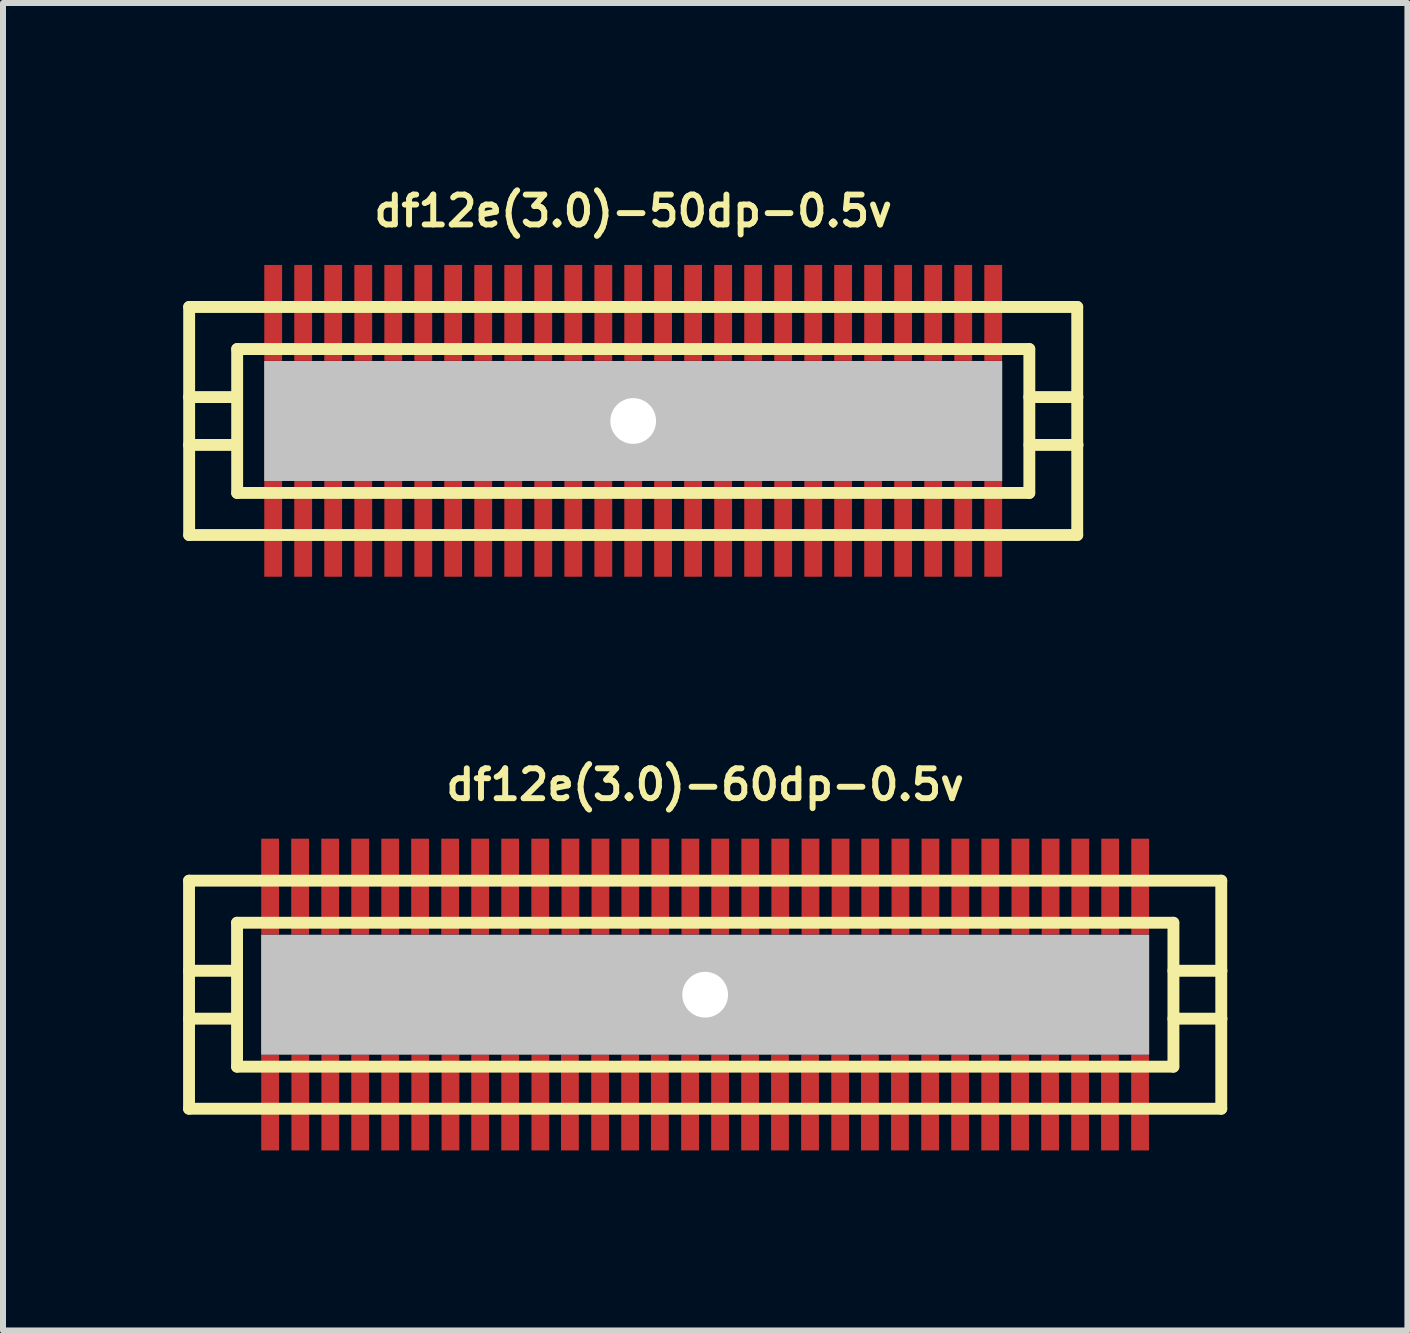
<source format=kicad_pcb>
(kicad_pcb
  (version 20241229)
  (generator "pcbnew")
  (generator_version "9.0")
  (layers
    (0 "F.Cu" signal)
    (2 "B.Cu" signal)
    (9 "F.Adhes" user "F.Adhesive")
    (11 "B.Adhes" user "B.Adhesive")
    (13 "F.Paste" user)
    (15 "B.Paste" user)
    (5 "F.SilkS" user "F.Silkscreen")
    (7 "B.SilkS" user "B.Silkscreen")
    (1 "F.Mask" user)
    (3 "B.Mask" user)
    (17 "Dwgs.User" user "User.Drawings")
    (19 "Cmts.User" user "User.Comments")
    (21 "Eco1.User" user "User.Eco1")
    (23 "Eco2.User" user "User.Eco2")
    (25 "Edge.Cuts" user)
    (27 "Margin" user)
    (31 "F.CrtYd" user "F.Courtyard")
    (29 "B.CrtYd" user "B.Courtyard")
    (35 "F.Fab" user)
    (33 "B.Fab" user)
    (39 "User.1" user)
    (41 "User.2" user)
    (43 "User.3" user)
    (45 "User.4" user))
  (footprint "df12e(3.0)-50dp-0.5v"
    (layer "F.Cu")
    (at 7.501 3.965)
    (property "Reference" "df12e(3.0)-50dp-0.5v" (at 0 -3.5 0) (layer "F.SilkS") (effects (font (size 0.498 0.498) (thickness 0.099))))
    (attr through_hole)
    (fp_line (start -7.399 -1.9) (end -7.399 1.9) (stroke (width 0.198) (type solid)) (layer "F.SilkS"))
    (fp_line (start -7.399 1.9) (end 7.399 1.9) (stroke (width 0.198) (type solid)) (layer "F.SilkS"))
    (fp_line (start -6.601 -0.399) (end -7.402 -0.399) (stroke (width 0.198) (type solid)) (layer "F.SilkS"))
    (fp_line (start -6.601 0.399) (end -7.402 0.399) (stroke (width 0.198) (type solid)) (layer "F.SilkS"))
    (fp_line (start -6.599 -1.199) (end 6.599 -1.199) (stroke (width 0.198) (type solid)) (layer "F.SilkS"))
    (fp_line (start -6.599 1.199) (end -6.599 -1.199) (stroke (width 0.198) (type solid)) (layer "F.SilkS"))
    (fp_line (start 6.599 1.199) (end -6.599 1.199) (stroke (width 0.198) (type solid)) (layer "F.SilkS"))
    (fp_line (start 6.601 -1.199) (end 6.601 1.199) (stroke (width 0.198) (type solid)) (layer "F.SilkS"))
    (fp_line (start 6.601 -0.399) (end 7.402 -0.399) (stroke (width 0.198) (type solid)) (layer "F.SilkS"))
    (fp_line (start 7.399 -1.9) (end -7.399 -1.9) (stroke (width 0.198) (type solid)) (layer "F.SilkS"))
    (fp_line (start 7.399 1.9) (end 7.399 -1.9) (stroke (width 0.198) (type solid)) (layer "F.SilkS"))
    (fp_line (start 7.404 0.399) (end 6.604 0.399) (stroke (width 0.198) (type solid)) (layer "F.SilkS"))
    (pad "" np_thru_hole rect (at 0 0) (size 12.299 1.999) (drill 0.762) (layers "Dwgs.User"))
    (pad "1" smd rect (at 5.999 1.796) (size 0.297 1.598) (layers "F.Cu" "F.Mask" "F.Paste"))
    (pad "2" smd rect (at 5.499 1.796) (size 0.297 1.598) (layers "F.Cu" "F.Mask" "F.Paste"))
    (pad "3" smd rect (at 4.999 1.796) (size 0.297 1.598) (layers "F.Cu" "F.Mask" "F.Paste"))
    (pad "4" smd rect (at 4.498 1.796) (size 0.297 1.598) (layers "F.Cu" "F.Mask" "F.Paste"))
    (pad "5" smd rect (at 3.998 1.796) (size 0.297 1.598) (layers "F.Cu" "F.Mask" "F.Paste"))
    (pad "6" smd rect (at 3.498 1.796) (size 0.297 1.598) (layers "F.Cu" "F.Mask" "F.Paste"))
    (pad "7" smd rect (at 3 1.796) (size 0.297 1.598) (layers "F.Cu" "F.Mask" "F.Paste"))
    (pad "8" smd rect (at 2.499 1.796) (size 0.297 1.598) (layers "F.Cu" "F.Mask" "F.Paste"))
    (pad "9" smd rect (at 1.999 1.796) (size 0.297 1.598) (layers "F.Cu" "F.Mask" "F.Paste"))
    (pad "10" smd rect (at 1.499 1.796) (size 0.297 1.598) (layers "F.Cu" "F.Mask" "F.Paste"))
    (pad "11" smd rect (at 0.998 1.796) (size 0.297 1.598) (layers "F.Cu" "F.Mask" "F.Paste"))
    (pad "12" smd rect (at 0.498 1.796) (size 0.297 1.598) (layers "F.Cu" "F.Mask" "F.Paste"))
    (pad "13" smd rect (at 0 1.796) (size 0.297 1.598) (layers "F.Cu" "F.Mask" "F.Paste"))
    (pad "14" smd rect (at -0.498 1.796) (size 0.297 1.598) (layers "F.Cu" "F.Mask" "F.Paste"))
    (pad "15" smd rect (at -0.998 1.796) (size 0.297 1.598) (layers "F.Cu" "F.Mask" "F.Paste"))
    (pad "16" smd rect (at -1.499 1.796) (size 0.297 1.598) (layers "F.Cu" "F.Mask" "F.Paste"))
    (pad "17" smd rect (at -1.999 1.796) (size 0.297 1.598) (layers "F.Cu" "F.Mask" "F.Paste"))
    (pad "18" smd rect (at -2.499 1.796) (size 0.297 1.598) (layers "F.Cu" "F.Mask" "F.Paste"))
    (pad "19" smd rect (at -3 1.796) (size 0.297 1.598) (layers "F.Cu" "F.Mask" "F.Paste"))
    (pad "20" smd rect (at -3.498 1.796) (size 0.297 1.598) (layers "F.Cu" "F.Mask" "F.Paste"))
    (pad "21" smd rect (at -3.998 1.796) (size 0.297 1.598) (layers "F.Cu" "F.Mask" "F.Paste"))
    (pad "22" smd rect (at -4.498 1.796) (size 0.297 1.598) (layers "F.Cu" "F.Mask" "F.Paste"))
    (pad "23" smd rect (at -4.999 1.796) (size 0.297 1.598) (layers "F.Cu" "F.Mask" "F.Paste"))
    (pad "24" smd rect (at -5.499 1.796) (size 0.297 1.598) (layers "F.Cu" "F.Mask" "F.Paste"))
    (pad "25" smd rect (at -5.999 1.796) (size 0.297 1.598) (layers "F.Cu" "F.Mask" "F.Paste"))
    (pad "26" smd rect (at -5.999 -1.801) (size 0.297 1.598) (layers "F.Cu" "F.Mask" "F.Paste"))
    (pad "27" smd rect (at -5.499 -1.801) (size 0.297 1.598) (layers "F.Cu" "F.Mask" "F.Paste"))
    (pad "28" smd rect (at -4.999 -1.801) (size 0.297 1.598) (layers "F.Cu" "F.Mask" "F.Paste"))
    (pad "29" smd rect (at -4.498 -1.801) (size 0.297 1.598) (layers "F.Cu" "F.Mask" "F.Paste"))
    (pad "30" smd rect (at -3.998 -1.801) (size 0.297 1.598) (layers "F.Cu" "F.Mask" "F.Paste"))
    (pad "31" smd rect (at -3.498 -1.801) (size 0.297 1.598) (layers "F.Cu" "F.Mask" "F.Paste"))
    (pad "32" smd rect (at -3 -1.801) (size 0.297 1.598) (layers "F.Cu" "F.Mask" "F.Paste"))
    (pad "33" smd rect (at -2.499 -1.801) (size 0.297 1.598) (layers "F.Cu" "F.Mask" "F.Paste"))
    (pad "34" smd rect (at -1.999 -1.801) (size 0.297 1.598) (layers "F.Cu" "F.Mask" "F.Paste"))
    (pad "35" smd rect (at -1.499 -1.801) (size 0.297 1.598) (layers "F.Cu" "F.Mask" "F.Paste"))
    (pad "36" smd rect (at -0.998 -1.801) (size 0.297 1.598) (layers "F.Cu" "F.Mask" "F.Paste"))
    (pad "37" smd rect (at -0.498 -1.801) (size 0.297 1.598) (layers "F.Cu" "F.Mask" "F.Paste"))
    (pad "38" smd rect (at 0 -1.801) (size 0.297 1.598) (layers "F.Cu" "F.Mask" "F.Paste"))
    (pad "39" smd rect (at 0.498 -1.801) (size 0.297 1.598) (layers "F.Cu" "F.Mask" "F.Paste"))
    (pad "40" smd rect (at 0.998 -1.801) (size 0.297 1.598) (layers "F.Cu" "F.Mask" "F.Paste"))
    (pad "41" smd rect (at 1.499 -1.801) (size 0.297 1.598) (layers "F.Cu" "F.Mask" "F.Paste"))
    (pad "42" smd rect (at 1.999 -1.801) (size 0.297 1.598) (layers "F.Cu" "F.Mask" "F.Paste"))
    (pad "43" smd rect (at 2.499 -1.801) (size 0.297 1.598) (layers "F.Cu" "F.Mask" "F.Paste"))
    (pad "44" smd rect (at 3 -1.801) (size 0.297 1.598) (layers "F.Cu" "F.Mask" "F.Paste"))
    (pad "45" smd rect (at 3.498 -1.801) (size 0.297 1.598) (layers "F.Cu" "F.Mask" "F.Paste"))
    (pad "46" smd rect (at 3.998 -1.801) (size 0.297 1.598) (layers "F.Cu" "F.Mask" "F.Paste"))
    (pad "47" smd rect (at 4.498 -1.801) (size 0.297 1.598) (layers "F.Cu" "F.Mask" "F.Paste"))
    (pad "48" smd rect (at 4.999 -1.801) (size 0.297 1.598) (layers "F.Cu" "F.Mask" "F.Paste"))
    (pad "49" smd rect (at 5.499 -1.801) (size 0.297 1.598) (layers "F.Cu" "F.Mask" "F.Paste"))
    (pad "50" smd rect (at 5.999 -1.801) (size 0.297 1.598) (layers "F.Cu" "F.Mask" "F.Paste")))
  (footprint "df12e(3.0)-60dp-0.5v"
    (layer "F.Cu")
    (at 8.7 13.525)
    (property "Reference" "df12e(3.0)-60dp-0.5v" (at 0 -3.5 0) (layer "F.SilkS") (effects (font (size 0.498 0.498) (thickness 0.099))))
    (attr through_hole)
    (fp_line (start -8.6 -1.9) (end -8.6 1.9) (stroke (width 0.198) (type solid)) (layer "F.SilkS"))
    (fp_line (start -8.6 1.9) (end 8.6 1.9) (stroke (width 0.198) (type solid)) (layer "F.SilkS"))
    (fp_line (start -7.8 -1.199) (end 7.8 -1.199) (stroke (width 0.198) (type solid)) (layer "F.SilkS"))
    (fp_line (start -7.8 -0.399) (end -8.6 -0.399) (stroke (width 0.198) (type solid)) (layer "F.SilkS"))
    (fp_line (start -7.8 0.399) (end -8.6 0.399) (stroke (width 0.198) (type solid)) (layer "F.SilkS"))
    (fp_line (start -7.8 1.199) (end -7.8 -1.199) (stroke (width 0.198) (type solid)) (layer "F.SilkS"))
    (fp_line (start 7.8 1.199) (end -7.8 1.199) (stroke (width 0.198) (type solid)) (layer "F.SilkS"))
    (fp_line (start 7.803 -1.199) (end 7.803 1.199) (stroke (width 0.198) (type solid)) (layer "F.SilkS"))
    (fp_line (start 7.803 -0.399) (end 8.603 -0.399) (stroke (width 0.198) (type solid)) (layer "F.SilkS"))
    (fp_line (start 8.6 -1.9) (end -8.6 -1.9) (stroke (width 0.198) (type solid)) (layer "F.SilkS"))
    (fp_line (start 8.6 1.9) (end 8.6 -1.9) (stroke (width 0.198) (type solid)) (layer "F.SilkS"))
    (fp_line (start 8.603 0.399) (end 7.803 0.399) (stroke (width 0.198) (type solid)) (layer "F.SilkS"))
    (pad "" np_thru_hole rect (at 0 0) (size 14.798 1.999) (drill 0.762) (layers "Dwgs.User"))
    (pad "1" smd rect (at 7.247 1.796) (size 0.297 1.598) (layers "F.Cu" "F.Mask" "F.Paste"))
    (pad "2" smd rect (at 6.746 1.796) (size 0.297 1.598) (layers "F.Cu" "F.Mask" "F.Paste"))
    (pad "3" smd rect (at 6.248 1.796) (size 0.297 1.598) (layers "F.Cu" "F.Mask" "F.Paste"))
    (pad "4" smd rect (at 5.748 1.796) (size 0.297 1.598) (layers "F.Cu" "F.Mask" "F.Paste"))
    (pad "5" smd rect (at 5.248 1.796) (size 0.297 1.598) (layers "F.Cu" "F.Mask" "F.Paste"))
    (pad "6" smd rect (at 4.75 1.796) (size 0.297 1.598) (layers "F.Cu" "F.Mask" "F.Paste"))
    (pad "7" smd rect (at 4.249 1.796) (size 0.297 1.598) (layers "F.Cu" "F.Mask" "F.Paste"))
    (pad "8" smd rect (at 3.749 1.796) (size 0.297 1.598) (layers "F.Cu" "F.Mask" "F.Paste"))
    (pad "9" smd rect (at 3.246 1.796) (size 0.297 1.598) (layers "F.Cu" "F.Mask" "F.Paste"))
    (pad "10" smd rect (at 2.746 1.796) (size 0.297 1.598) (layers "F.Cu" "F.Mask" "F.Paste"))
    (pad "11" smd rect (at 2.25 1.796) (size 0.297 1.598) (layers "F.Cu" "F.Mask" "F.Paste"))
    (pad "12" smd rect (at 1.748 1.796) (size 0.297 1.598) (layers "F.Cu" "F.Mask" "F.Paste"))
    (pad "13" smd rect (at 1.247 1.796) (size 0.297 1.598) (layers "F.Cu" "F.Mask" "F.Paste"))
    (pad "14" smd rect (at 0.749 1.796) (size 0.297 1.598) (layers "F.Cu" "F.Mask" "F.Paste"))
    (pad "15" smd rect (at 0.249 1.796) (size 0.297 1.598) (layers "F.Cu" "F.Mask" "F.Paste"))
    (pad "16" smd rect (at -0.251 1.796) (size 0.297 1.598) (layers "F.Cu" "F.Mask" "F.Paste"))
    (pad "17" smd rect (at -0.754 1.796) (size 0.297 1.598) (layers "F.Cu" "F.Mask" "F.Paste"))
    (pad "18" smd rect (at -1.25 1.796) (size 0.297 1.598) (layers "F.Cu" "F.Mask" "F.Paste"))
    (pad "19" smd rect (at -1.75 1.796) (size 0.297 1.598) (layers "F.Cu" "F.Mask" "F.Paste"))
    (pad "20" smd rect (at -2.253 1.796) (size 0.297 1.598) (layers "F.Cu" "F.Mask" "F.Paste"))
    (pad "21" smd rect (at -2.746 1.796) (size 0.297 1.598) (layers "F.Cu" "F.Mask" "F.Paste"))
    (pad "22" smd rect (at -3.249 1.796) (size 0.297 1.598) (layers "F.Cu" "F.Mask" "F.Paste"))
    (pad "23" smd rect (at -3.749 1.796) (size 0.297 1.598) (layers "F.Cu" "F.Mask" "F.Paste"))
    (pad "24" smd rect (at -4.244 1.796) (size 0.297 1.598) (layers "F.Cu" "F.Mask" "F.Paste"))
    (pad "25" smd rect (at -4.747 1.796) (size 0.297 1.598) (layers "F.Cu" "F.Mask" "F.Paste"))
    (pad "26" smd rect (at -5.248 1.796) (size 0.297 1.598) (layers "F.Cu" "F.Mask" "F.Paste"))
    (pad "27" smd rect (at -5.748 1.796) (size 0.297 1.598) (layers "F.Cu" "F.Mask" "F.Paste"))
    (pad "28" smd rect (at -6.246 1.796) (size 0.297 1.598) (layers "F.Cu" "F.Mask" "F.Paste"))
    (pad "29" smd rect (at -6.746 1.796) (size 0.297 1.598) (layers "F.Cu" "F.Mask" "F.Paste"))
    (pad "30" smd rect (at -7.249 1.796) (size 0.297 1.598) (layers "F.Cu" "F.Mask" "F.Paste"))
    (pad "31" smd rect (at -7.249 -1.801) (size 0.297 1.598) (layers "F.Cu" "F.Mask" "F.Paste"))
    (pad "32" smd rect (at -6.749 -1.801) (size 0.297 1.598) (layers "F.Cu" "F.Mask" "F.Paste"))
    (pad "33" smd rect (at -6.248 -1.801) (size 0.297 1.598) (layers "F.Cu" "F.Mask" "F.Paste"))
    (pad "34" smd rect (at -5.748 -1.801) (size 0.297 1.598) (layers "F.Cu" "F.Mask" "F.Paste"))
    (pad "35" smd rect (at -5.248 -1.801) (size 0.297 1.598) (layers "F.Cu" "F.Mask" "F.Paste"))
    (pad "36" smd rect (at -4.75 -1.801) (size 0.297 1.598) (layers "F.Cu" "F.Mask" "F.Paste"))
    (pad "37" smd rect (at -4.249 -1.801) (size 0.297 1.598) (layers "F.Cu" "F.Mask" "F.Paste"))
    (pad "38" smd rect (at -3.749 -1.801) (size 0.297 1.598) (layers "F.Cu" "F.Mask" "F.Paste"))
    (pad "39" smd rect (at -3.249 -1.801) (size 0.297 1.598) (layers "F.Cu" "F.Mask" "F.Paste"))
    (pad "40" smd rect (at -2.748 -1.801) (size 0.297 1.598) (layers "F.Cu" "F.Mask" "F.Paste"))
    (pad "41" smd rect (at -2.245 -1.801) (size 0.297 1.598) (layers "F.Cu" "F.Mask" "F.Paste"))
    (pad "42" smd rect (at -1.745 -1.801) (size 0.297 1.598) (layers "F.Cu" "F.Mask" "F.Paste"))
    (pad "43" smd rect (at -1.247 -1.801) (size 0.297 1.598) (layers "F.Cu" "F.Mask" "F.Paste"))
    (pad "44" smd rect (at -0.747 -1.801) (size 0.297 1.598) (layers "F.Cu" "F.Mask" "F.Paste"))
    (pad "45" smd rect (at -0.246 -1.801) (size 0.297 1.598) (layers "F.Cu" "F.Mask" "F.Paste"))
    (pad "46" smd rect (at 0.251 -1.801) (size 0.297 1.598) (layers "F.Cu" "F.Mask" "F.Paste"))
    (pad "47" smd rect (at 0.752 -1.801) (size 0.297 1.598) (layers "F.Cu" "F.Mask" "F.Paste"))
    (pad "48" smd rect (at 1.252 -1.801) (size 0.297 1.598) (layers "F.Cu" "F.Mask" "F.Paste"))
    (pad "49" smd rect (at 1.755 -1.801) (size 0.297 1.598) (layers "F.Cu" "F.Mask" "F.Paste"))
    (pad "50" smd rect (at 2.256 -1.801) (size 0.297 1.598) (layers "F.Cu" "F.Mask" "F.Paste"))
    (pad "51" smd rect (at 2.751 -1.801) (size 0.297 1.598) (layers "F.Cu" "F.Mask" "F.Paste"))
    (pad "52" smd rect (at 3.254 -1.801) (size 0.297 1.598) (layers "F.Cu" "F.Mask" "F.Paste"))
    (pad "53" smd rect (at 3.754 -1.801) (size 0.297 1.598) (layers "F.Cu" "F.Mask" "F.Paste"))
    (pad "54" smd rect (at 4.252 -1.801) (size 0.297 1.598) (layers "F.Cu" "F.Mask" "F.Paste"))
    (pad "55" smd rect (at 4.752 -1.801) (size 0.297 1.598) (layers "F.Cu" "F.Mask" "F.Paste"))
    (pad "56" smd rect (at 5.253 -1.801) (size 0.297 1.598) (layers "F.Cu" "F.Mask" "F.Paste"))
    (pad "57" smd rect (at 5.756 -1.801) (size 0.297 1.598) (layers "F.Cu" "F.Mask" "F.Paste"))
    (pad "58" smd rect (at 6.251 -1.801) (size 0.297 1.598) (layers "F.Cu" "F.Mask" "F.Paste"))
    (pad "59" smd rect (at 6.749 -1.801) (size 0.297 1.598) (layers "F.Cu" "F.Mask" "F.Paste"))
    (pad "60" smd rect (at 7.249 -1.801) (size 0.297 1.598) (layers "F.Cu" "F.Mask" "F.Paste")))
  (gr_rect
    (start -3 -3)
    (end 20.402 19.12)
    (stroke (width 0.1) (type default))
    (fill no)
    (layer "Edge.Cuts")))
</source>
